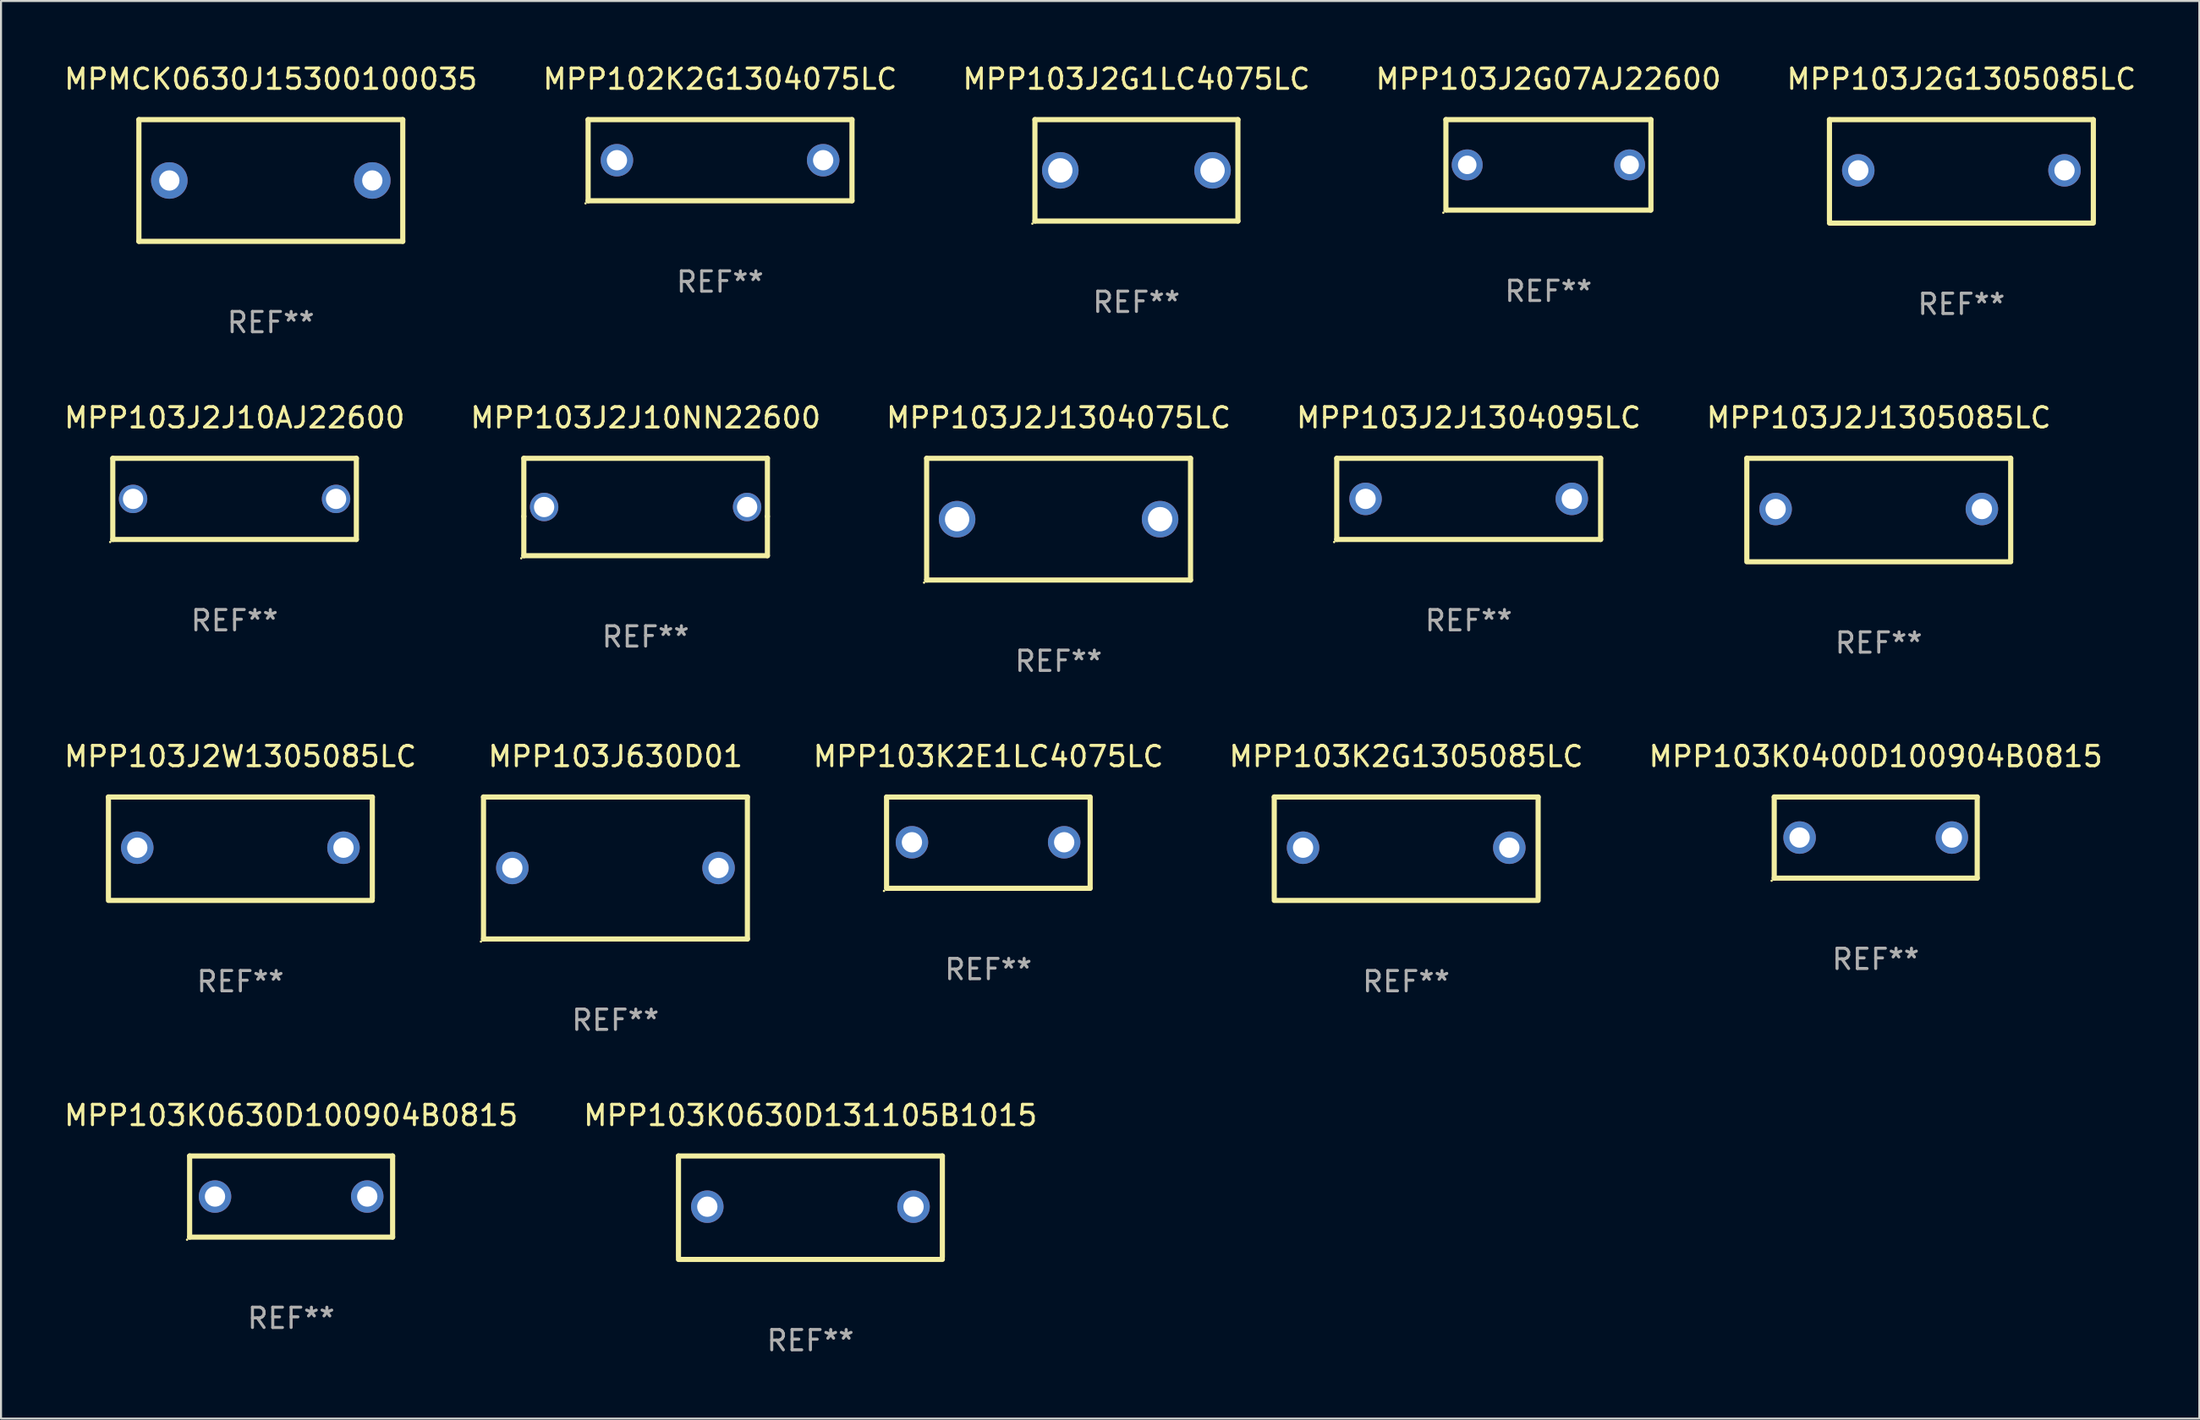
<source format=kicad_pcb>
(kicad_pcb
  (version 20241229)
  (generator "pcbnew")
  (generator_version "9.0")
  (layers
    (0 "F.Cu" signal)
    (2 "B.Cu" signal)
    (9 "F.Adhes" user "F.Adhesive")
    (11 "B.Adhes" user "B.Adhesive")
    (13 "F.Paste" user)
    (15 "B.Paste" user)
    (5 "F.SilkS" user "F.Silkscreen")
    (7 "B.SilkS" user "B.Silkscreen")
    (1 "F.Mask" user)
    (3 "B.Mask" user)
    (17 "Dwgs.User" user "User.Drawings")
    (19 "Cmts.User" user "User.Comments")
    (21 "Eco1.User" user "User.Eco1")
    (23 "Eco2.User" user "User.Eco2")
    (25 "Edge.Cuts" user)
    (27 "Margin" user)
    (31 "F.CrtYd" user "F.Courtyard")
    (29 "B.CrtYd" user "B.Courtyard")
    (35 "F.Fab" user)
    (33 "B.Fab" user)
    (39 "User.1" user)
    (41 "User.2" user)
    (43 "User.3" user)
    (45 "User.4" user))
  (footprint "MPP103K2E1LC4075LC"
    (layer "F.Cu")
    (at 45.641 38.492)
    (property "Reference" "MPP103K2E1LC4075LC" (at 0 -4.251 0) (layer "F.SilkS") (effects (font (size 1 1) (thickness 0.15))))
    (attr through_hole)
    (fp_line (start -5.015 2.25) (end -5.015 -2.251) (stroke (width 0.254) (type solid)) (layer "F.SilkS"))
    (fp_line (start -5.005 -2.25) (end 4.995 -2.25) (stroke (width 0.254) (type solid)) (layer "F.SilkS"))
    (fp_line (start 5.005 2.25) (end -4.995 2.25) (stroke (width 0.254) (type solid)) (layer "F.SilkS"))
    (fp_line (start 5.015 -2.25) (end 5.015 2.251) (stroke (width 0.254) (type solid)) (layer "F.SilkS"))
    (fp_circle (center -5.142 2.378) (end -5.112 2.378) (stroke (width 0.06) (type solid)) (fill no) (layer "F.SilkS"))
    (fp_text user "REF**" (at 0 6.251 0) (layer "F.Fab") (effects (font (size 1 1) (thickness 0.15))))
    (pad "1" thru_hole circle (at -3.765 -0.019) (size 1.6 1.6) (drill 1) (layers "*.Cu" "*.Mask"))
    (pad "2" thru_hole circle (at 3.735 -0.019) (size 1.6 1.6) (drill 1) (layers "*.Cu" "*.Mask")))
  (footprint "MPP103J630D01"
    (layer "F.Cu")
    (at 27.27 39.741)
    (property "Reference" "MPP103J630D01" (at 0 -5.5 0) (layer "F.SilkS") (effects (font (size 1 1) (thickness 0.15))))
    (attr through_hole)
    (fp_line (start -6.5 -3.5) (end 6.5 -3.5) (stroke (width 0.254) (type solid)) (layer "F.SilkS"))
    (fp_line (start -6.5 3.5) (end -6.5 -3.5) (stroke (width 0.254) (type solid)) (layer "F.SilkS"))
    (fp_line (start 6.5 -3.5) (end 6.5 3.5) (stroke (width 0.254) (type solid)) (layer "F.SilkS"))
    (fp_line (start 6.5 3.5) (end -6.5 3.5) (stroke (width 0.254) (type solid)) (layer "F.SilkS"))
    (fp_circle (center -6.627 3.627) (end -6.597 3.627) (stroke (width 0.06) (type solid)) (fill no) (layer "F.SilkS"))
    (fp_text user "REF**" (at 0 7.5 0) (layer "F.Fab") (effects (font (size 1 1) (thickness 0.15))))
    (pad "1" thru_hole circle (at -5.08 -0.000127) (size 1.6 1.6) (drill 1) (layers "*.Cu" "*.Mask"))
    (pad "2" thru_hole circle (at 5.08 -0.000127) (size 1.6 1.6) (drill 1) (layers "*.Cu" "*.Mask")))
  (footprint "MPP103J2J1304095LC"
    (layer "F.Cu")
    (at 69.304 21.545)
    (property "Reference" "MPP103J2J1304095LC" (at 0 -4 0) (layer "F.SilkS") (effects (font (size 1 1) (thickness 0.15))))
    (attr through_hole)
    (fp_line (start -6.5 -2) (end 6.5 -2) (stroke (width 0.254) (type solid)) (layer "F.SilkS"))
    (fp_line (start -6.5 2) (end -6.5 -2) (stroke (width 0.254) (type solid)) (layer "F.SilkS"))
    (fp_line (start 6.5 -2) (end 6.5 2) (stroke (width 0.254) (type solid)) (layer "F.SilkS"))
    (fp_line (start 6.5 2) (end -6.5 2) (stroke (width 0.254) (type solid)) (layer "F.SilkS"))
    (fp_circle (center -6.627 2.127) (end -6.597 2.127) (stroke (width 0.06) (type solid)) (fill no) (layer "F.SilkS"))
    (fp_text user "REF**" (at 0 6 0) (layer "F.Fab") (effects (font (size 1 1) (thickness 0.15))))
    (pad "1" thru_hole circle (at -5.08 0) (size 1.6 1.6) (drill 1) (layers "*.Cu" "*.Mask"))
    (pad "2" thru_hole circle (at 5.08 0) (size 1.6 1.6) (drill 1) (layers "*.Cu" "*.Mask")))
  (footprint "MPP103J2W1305085LC"
    (layer "F.Cu")
    (at 8.792 38.791)
    (property "Reference" "MPP103J2W1305085LC" (at 0 -4.55 0) (layer "F.SilkS") (effects (font (size 1 1) (thickness 0.15))))
    (attr through_hole)
    (fp_line (start -6.5 -2.55) (end 6.5 -2.55) (stroke (width 0.254) (type solid)) (layer "F.SilkS"))
    (fp_line (start -6.5 2.45) (end -6.5 -2.55) (stroke (width 0.254) (type solid)) (layer "F.SilkS"))
    (fp_line (start 6.5 -2.55) (end 6.5 2.45) (stroke (width 0.254) (type solid)) (layer "F.SilkS"))
    (fp_line (start 6.5 2.55) (end -6.5 2.55) (stroke (width 0.254) (type solid)) (layer "F.SilkS"))
    (fp_circle (center -6.5 2.45) (end -6.47 2.45) (stroke (width 0.06) (type solid)) (fill no) (layer "F.SilkS"))
    (fp_text user "REF**" (at 0 6.55 0) (layer "F.Fab") (effects (font (size 1 1) (thickness 0.15))))
    (pad "1" thru_hole circle (at -5.08 -0.05) (size 1.6 1.6) (drill 1) (layers "*.Cu" "*.Mask"))
    (pad "2" thru_hole circle (at 5.08 -0.05) (size 1.6 1.6) (drill 1) (layers "*.Cu" "*.Mask")))
  (footprint "MPP103J2J10AJ22600"
    (layer "F.Cu")
    (at 8.506 21.545)
    (property "Reference" "MPP103J2J10AJ22600" (at 0 -4 0) (layer "F.SilkS") (effects (font (size 1 1) (thickness 0.15))))
    (attr through_hole)
    (fp_line (start -6 -2) (end -6 2) (stroke (width 0.254) (type solid)) (layer "F.SilkS"))
    (fp_line (start -6 -2) (end 6 -2) (stroke (width 0.254) (type solid)) (layer "F.SilkS"))
    (fp_line (start 6 -2) (end 6 2) (stroke (width 0.254) (type solid)) (layer "F.SilkS"))
    (fp_line (start 6 2) (end -6 2) (stroke (width 0.254) (type solid)) (layer "F.SilkS"))
    (fp_circle (center -6.127 2.127) (end -6.097 2.127) (stroke (width 0.06) (type solid)) (fill no) (layer "F.SilkS"))
    (fp_text user "REF**" (at 0 6 0) (layer "F.Fab") (effects (font (size 1 1) (thickness 0.15))))
    (pad "1" thru_hole circle (at -5 0) (size 1.4 1.4) (drill 1) (layers "*.Cu" "*.Mask"))
    (pad "2" thru_hole circle (at 5 0) (size 1.4 1.4) (drill 1) (layers "*.Cu" "*.Mask")))
  (footprint "MPP103J2G07AJ22600"
    (layer "F.Cu")
    (at 73.232 5.078)
    (property "Reference" "MPP103J2G07AJ22600" (at 0 -4.23 0) (layer "F.SilkS") (effects (font (size 1 1) (thickness 0.15))))
    (attr through_hole)
    (fp_line (start -5.05 -2.23) (end 5.05 -2.23) (stroke (width 0.254) (type solid)) (layer "F.SilkS"))
    (fp_line (start -5.05 2.23) (end -5.05 -2.23) (stroke (width 0.254) (type solid)) (layer "F.SilkS"))
    (fp_line (start 5.02 2.23) (end -4.98 2.23) (stroke (width 0.254) (type solid)) (layer "F.SilkS"))
    (fp_line (start 5.05 -2.23) (end 5.05 2.23) (stroke (width 0.254) (type solid)) (layer "F.SilkS"))
    (fp_circle (center -5.177 2.357) (end -5.147 2.357) (stroke (width 0.06) (type solid)) (fill no) (layer "F.SilkS"))
    (fp_text user "REF**" (at 0 6.23 0) (layer "F.Fab") (effects (font (size 1 1) (thickness 0.15))))
    (pad "1" thru_hole circle (at -4.001 0.000064) (size 1.524 1.524) (drill 0.914) (layers "*.Cu" "*.Mask"))
    (pad "2" thru_hole circle (at 4 0.000064) (size 1.524 1.524) (drill 0.914) (layers "*.Cu" "*.Mask")))
  (footprint "MPP103K0400D100904B0815"
    (layer "F.Cu")
    (at 89.356 38.241)
    (property "Reference" "MPP103K0400D100904B0815" (at 0 -4 0) (layer "F.SilkS") (effects (font (size 1 1) (thickness 0.15))))
    (attr through_hole)
    (fp_line (start -5 -2) (end 5 -2) (stroke (width 0.254) (type solid)) (layer "F.SilkS"))
    (fp_line (start -5 2) (end -5 -2) (stroke (width 0.254) (type solid)) (layer "F.SilkS"))
    (fp_line (start 5 -2) (end 5 2) (stroke (width 0.254) (type solid)) (layer "F.SilkS"))
    (fp_line (start 5 2) (end -5 2) (stroke (width 0.254) (type solid)) (layer "F.SilkS"))
    (fp_circle (center -5.127 2.127) (end -5.097 2.127) (stroke (width 0.06) (type solid)) (fill no) (layer "F.SilkS"))
    (fp_text user "REF**" (at 0 6 0) (layer "F.Fab") (effects (font (size 1 1) (thickness 0.15))))
    (pad "1" thru_hole circle (at -3.75 0) (size 1.6 1.6) (drill 1) (layers "*.Cu" "*.Mask"))
    (pad "2" thru_hole circle (at 3.75 0) (size 1.6 1.6) (drill 1) (layers "*.Cu" "*.Mask")))
  (footprint "MPMCK0630J15300100035"
    (layer "F.Cu")
    (at 10.292 5.848)
    (property "Reference" "MPMCK0630J15300100035" (at 0 -5 0) (layer "F.SilkS") (effects (font (size 1 1) (thickness 0.15))))
    (attr through_hole)
    (fp_line (start -6.5 -3) (end 6.5 -3) (stroke (width 0.254) (type solid)) (layer "F.SilkS"))
    (fp_line (start -6.5 3) (end -6.5 -3) (stroke (width 0.254) (type solid)) (layer "F.SilkS"))
    (fp_line (start 6.5 -3) (end 6.5 3) (stroke (width 0.254) (type solid)) (layer "F.SilkS"))
    (fp_line (start 6.5 3) (end -6.5 3) (stroke (width 0.254) (type solid)) (layer "F.SilkS"))
    (fp_circle (center -6.5 3) (end -6.47 3) (stroke (width 0.06) (type solid)) (fill no) (layer "F.SilkS"))
    (fp_text user "REF**" (at 0 7 0) (layer "F.Fab") (effects (font (size 1 1) (thickness 0.15))))
    (pad "1" thru_hole circle (at -5 0) (size 1.8 1.8) (drill 1) (layers "*.Cu" "*.Mask"))
    (pad "2" thru_hole circle (at 5 0) (size 1.8 1.8) (drill 1) (layers "*.Cu" "*.Mask")))
  (footprint "MPP103J2J1305085LC"
    (layer "F.Cu")
    (at 89.506 22.095)
    (property "Reference" "MPP103J2J1305085LC" (at 0 -4.55 0) (layer "F.SilkS") (effects (font (size 1 1) (thickness 0.15))))
    (attr through_hole)
    (fp_line (start -6.5 -2.55) (end 6.5 -2.55) (stroke (width 0.254) (type solid)) (layer "F.SilkS"))
    (fp_line (start -6.5 2.45) (end -6.5 -2.55) (stroke (width 0.254) (type solid)) (layer "F.SilkS"))
    (fp_line (start 6.5 -2.55) (end 6.5 2.45) (stroke (width 0.254) (type solid)) (layer "F.SilkS"))
    (fp_line (start 6.5 2.55) (end -6.5 2.55) (stroke (width 0.254) (type solid)) (layer "F.SilkS"))
    (fp_circle (center -6.5 2.45) (end -6.47 2.45) (stroke (width 0.06) (type solid)) (fill no) (layer "F.SilkS"))
    (fp_text user "REF**" (at 0 6.55 0) (layer "F.Fab") (effects (font (size 1 1) (thickness 0.15))))
    (pad "1" thru_hole circle (at -5.08 -0.05) (size 1.6 1.6) (drill 1) (layers "*.Cu" "*.Mask"))
    (pad "2" thru_hole circle (at 5.08 -0.05) (size 1.6 1.6) (drill 1) (layers "*.Cu" "*.Mask")))
  (footprint "MPP103K0630D100904B0815"
    (layer "F.Cu")
    (at 11.292 55.938)
    (property "Reference" "MPP103K0630D100904B0815" (at 0 -4 0) (layer "F.SilkS") (effects (font (size 1 1) (thickness 0.15))))
    (attr through_hole)
    (fp_line (start -5 -2) (end 5 -2) (stroke (width 0.254) (type solid)) (layer "F.SilkS"))
    (fp_line (start -5 2) (end -5 -2) (stroke (width 0.254) (type solid)) (layer "F.SilkS"))
    (fp_line (start 5 -2) (end 5 2) (stroke (width 0.254) (type solid)) (layer "F.SilkS"))
    (fp_line (start 5 2) (end -5 2) (stroke (width 0.254) (type solid)) (layer "F.SilkS"))
    (fp_circle (center -5.127 2.127) (end -5.097 2.127) (stroke (width 0.06) (type solid)) (fill no) (layer "F.SilkS"))
    (fp_text user "REF**" (at 0 6 0) (layer "F.Fab") (effects (font (size 1 1) (thickness 0.15))))
    (pad "1" thru_hole circle (at -3.75 0) (size 1.6 1.6) (drill 1) (layers "*.Cu" "*.Mask"))
    (pad "2" thru_hole circle (at 3.75 0) (size 1.6 1.6) (drill 1) (layers "*.Cu" "*.Mask")))
  (footprint "MPP102K2G1304075LC"
    (layer "F.Cu")
    (at 32.423 4.848)
    (property "Reference" "MPP102K2G1304075LC" (at 0 -4 0) (layer "F.SilkS") (effects (font (size 1 1) (thickness 0.15))))
    (attr through_hole)
    (fp_line (start -6.5 -2) (end 6.5 -2) (stroke (width 0.254) (type solid)) (layer "F.SilkS"))
    (fp_line (start -6.5 2) (end -6.5 -2) (stroke (width 0.254) (type solid)) (layer "F.SilkS"))
    (fp_line (start 6.5 -2) (end 6.5 2) (stroke (width 0.254) (type solid)) (layer "F.SilkS"))
    (fp_line (start 6.5 2) (end -6.5 2) (stroke (width 0.254) (type solid)) (layer "F.SilkS"))
    (fp_circle (center -6.627 2.127) (end -6.597 2.127) (stroke (width 0.06) (type solid)) (fill no) (layer "F.SilkS"))
    (fp_text user "REF**" (at 0 6 0) (layer "F.Fab") (effects (font (size 1 1) (thickness 0.15))))
    (pad "1" thru_hole circle (at -5.08 0) (size 1.6 1.6) (drill 1) (layers "*.Cu" "*.Mask"))
    (pad "2" thru_hole circle (at 5.08 0) (size 1.6 1.6) (drill 1) (layers "*.Cu" "*.Mask")))
  (footprint "MPP103J2G1LC4075LC"
    (layer "F.Cu")
    (at 52.935 5.348)
    (property "Reference" "MPP103J2G1LC4075LC" (at 0 -4.5 0) (layer "F.SilkS") (effects (font (size 1 1) (thickness 0.15))))
    (attr through_hole)
    (fp_line (start -5 -2.5) (end 5 -2.5) (stroke (width 0.254) (type solid)) (layer "F.SilkS"))
    (fp_line (start -5 2.5) (end -5 -2.5) (stroke (width 0.254) (type solid)) (layer "F.SilkS"))
    (fp_line (start 5 -2.5) (end 5 2.5) (stroke (width 0.254) (type solid)) (layer "F.SilkS"))
    (fp_line (start 5 2.5) (end -5 2.5) (stroke (width 0.254) (type solid)) (layer "F.SilkS"))
    (fp_circle (center -5.127 2.627) (end -5.097 2.627) (stroke (width 0.06) (type solid)) (fill no) (layer "F.SilkS"))
    (fp_text user "REF**" (at 0 6.5 0) (layer "F.Fab") (effects (font (size 1 1) (thickness 0.15))))
    (pad "1" thru_hole circle (at -3.75 0) (size 1.8 1.8) (drill 1.2) (layers "*.Cu" "*.Mask"))
    (pad "2" thru_hole circle (at 3.75 0) (size 1.8 1.8) (drill 1.2) (layers "*.Cu" "*.Mask")))
  (footprint "MPP103J2G1305085LC"
    (layer "F.Cu")
    (at 93.577 5.398)
    (property "Reference" "MPP103J2G1305085LC" (at 0 -4.55 0) (layer "F.SilkS") (effects (font (size 1 1) (thickness 0.15))))
    (attr through_hole)
    (fp_line (start -6.5 -2.55) (end 6.5 -2.55) (stroke (width 0.254) (type solid)) (layer "F.SilkS"))
    (fp_line (start -6.5 2.45) (end -6.5 -2.55) (stroke (width 0.254) (type solid)) (layer "F.SilkS"))
    (fp_line (start 6.5 -2.55) (end 6.5 2.45) (stroke (width 0.254) (type solid)) (layer "F.SilkS"))
    (fp_line (start 6.5 2.55) (end -6.5 2.55) (stroke (width 0.254) (type solid)) (layer "F.SilkS"))
    (fp_circle (center -6.5 2.45) (end -6.47 2.45) (stroke (width 0.06) (type solid)) (fill no) (layer "F.SilkS"))
    (fp_text user "REF**" (at 0 6.55 0) (layer "F.Fab") (effects (font (size 1 1) (thickness 0.15))))
    (pad "1" thru_hole circle (at -5.08 -0.05) (size 1.6 1.6) (drill 1) (layers "*.Cu" "*.Mask"))
    (pad "2" thru_hole circle (at 5.08 -0.05) (size 1.6 1.6) (drill 1) (layers "*.Cu" "*.Mask")))
  (footprint "MPP103K0630D131105B1015"
    (layer "F.Cu")
    (at 36.875 56.488)
    (property "Reference" "MPP103K0630D131105B1015" (at 0 -4.55 0) (layer "F.SilkS") (effects (font (size 1 1) (thickness 0.15))))
    (attr through_hole)
    (fp_line (start -6.5 -2.55) (end 6.5 -2.55) (stroke (width 0.254) (type solid)) (layer "F.SilkS"))
    (fp_line (start -6.5 2.45) (end -6.5 -2.55) (stroke (width 0.254) (type solid)) (layer "F.SilkS"))
    (fp_line (start 6.5 -2.55) (end 6.5 2.45) (stroke (width 0.254) (type solid)) (layer "F.SilkS"))
    (fp_line (start 6.5 2.55) (end -6.5 2.55) (stroke (width 0.254) (type solid)) (layer "F.SilkS"))
    (fp_circle (center -6.5 2.45) (end -6.47 2.45) (stroke (width 0.06) (type solid)) (fill no) (layer "F.SilkS"))
    (fp_text user "REF**" (at 0 6.55 0) (layer "F.Fab") (effects (font (size 1 1) (thickness 0.15))))
    (pad "1" thru_hole circle (at -5.08 -0.05) (size 1.6 1.6) (drill 1) (layers "*.Cu" "*.Mask"))
    (pad "2" thru_hole circle (at 5.08 -0.05) (size 1.6 1.6) (drill 1) (layers "*.Cu" "*.Mask")))
  (footprint "MPP103J2J1304075LC"
    (layer "F.Cu")
    (at 49.101 22.545)
    (property "Reference" "MPP103J2J1304075LC" (at 0 -5 0) (layer "F.SilkS") (effects (font (size 1 1) (thickness 0.15))))
    (attr through_hole)
    (fp_line (start -6.5 -3) (end 6.5 -3) (stroke (width 0.254) (type solid)) (layer "F.SilkS"))
    (fp_line (start -6.5 3) (end -6.5 -3) (stroke (width 0.254) (type solid)) (layer "F.SilkS"))
    (fp_line (start -6.5 3) (end 6.5 3) (stroke (width 0.254) (type solid)) (layer "F.SilkS"))
    (fp_line (start 6.5 -3) (end 6.5 3) (stroke (width 0.254) (type solid)) (layer "F.SilkS"))
    (fp_circle (center -6.627 3.127) (end -6.597 3.127) (stroke (width 0.06) (type solid)) (fill no) (layer "F.SilkS"))
    (fp_text user "REF**" (at 0 7 0) (layer "F.Fab") (effects (font (size 1 1) (thickness 0.15))))
    (pad "1" thru_hole circle (at -5 0) (size 1.8 1.8) (drill 1.2) (layers "*.Cu" "*.Mask"))
    (pad "2" thru_hole circle (at 5 0) (size 1.8 1.8) (drill 1.2) (layers "*.Cu" "*.Mask")))
  (footprint "MPP103K2G1305085LC"
    (layer "F.Cu")
    (at 66.225 38.791)
    (property "Reference" "MPP103K2G1305085LC" (at 0 -4.55 0) (layer "F.SilkS") (effects (font (size 1 1) (thickness 0.15))))
    (attr through_hole)
    (fp_line (start -6.5 -2.55) (end 6.5 -2.55) (stroke (width 0.254) (type solid)) (layer "F.SilkS"))
    (fp_line (start -6.5 2.45) (end -6.5 -2.55) (stroke (width 0.254) (type solid)) (layer "F.SilkS"))
    (fp_line (start 6.5 -2.55) (end 6.5 2.45) (stroke (width 0.254) (type solid)) (layer "F.SilkS"))
    (fp_line (start 6.5 2.55) (end -6.5 2.55) (stroke (width 0.254) (type solid)) (layer "F.SilkS"))
    (fp_circle (center -6.5 2.45) (end -6.47 2.45) (stroke (width 0.06) (type solid)) (fill no) (layer "F.SilkS"))
    (fp_text user "REF**" (at 0 6.55 0) (layer "F.Fab") (effects (font (size 1 1) (thickness 0.15))))
    (pad "1" thru_hole circle (at -5.08 -0.05) (size 1.6 1.6) (drill 1) (layers "*.Cu" "*.Mask"))
    (pad "2" thru_hole circle (at 5.08 -0.05) (size 1.6 1.6) (drill 1) (layers "*.Cu" "*.Mask")))
  (footprint "MPP103J2J10NN22600"
    (layer "F.Cu")
    (at 28.756 21.945)
    (property "Reference" "MPP103J2J10NN22600" (at 0 -4.4 0) (layer "F.SilkS") (effects (font (size 1 1) (thickness 0.15))))
    (attr through_hole)
    (fp_line (start -6 -2.4) (end 6 -2.4) (stroke (width 0.254) (type solid)) (layer "F.SilkS"))
    (fp_line (start -6 0.463) (end -6 -2.4) (stroke (width 0.254) (type solid)) (layer "F.SilkS"))
    (fp_line (start -6 2.4) (end -6 0.463) (stroke (width 0.254) (type solid)) (layer "F.SilkS"))
    (fp_line (start 6 -2.4) (end 6 0.463) (stroke (width 0.254) (type solid)) (layer "F.SilkS"))
    (fp_line (start 6 0.463) (end 6 2.4) (stroke (width 0.254) (type solid)) (layer "F.SilkS"))
    (fp_line (start 6 2.4) (end -6 2.4) (stroke (width 0.254) (type solid)) (layer "F.SilkS"))
    (fp_circle (center -6.127 2.527) (end -6.097 2.527) (stroke (width 0.06) (type solid)) (fill no) (layer "F.SilkS"))
    (fp_text user "REF**" (at 0 6.4 0) (layer "F.Fab") (effects (font (size 1 1) (thickness 0.15))))
    (pad "1" thru_hole circle (at -5 0) (size 1.4 1.4) (drill 1) (layers "*.Cu" "*.Mask"))
    (pad "2" thru_hole circle (at 5 0) (size 1.4 1.4) (drill 1) (layers "*.Cu" "*.Mask")))
  (gr_rect
    (start -3 -3)
    (end 105.298 66.886)
    (stroke (width 0.1) (type default))
    (fill no)
    (layer "Edge.Cuts")))
</source>
